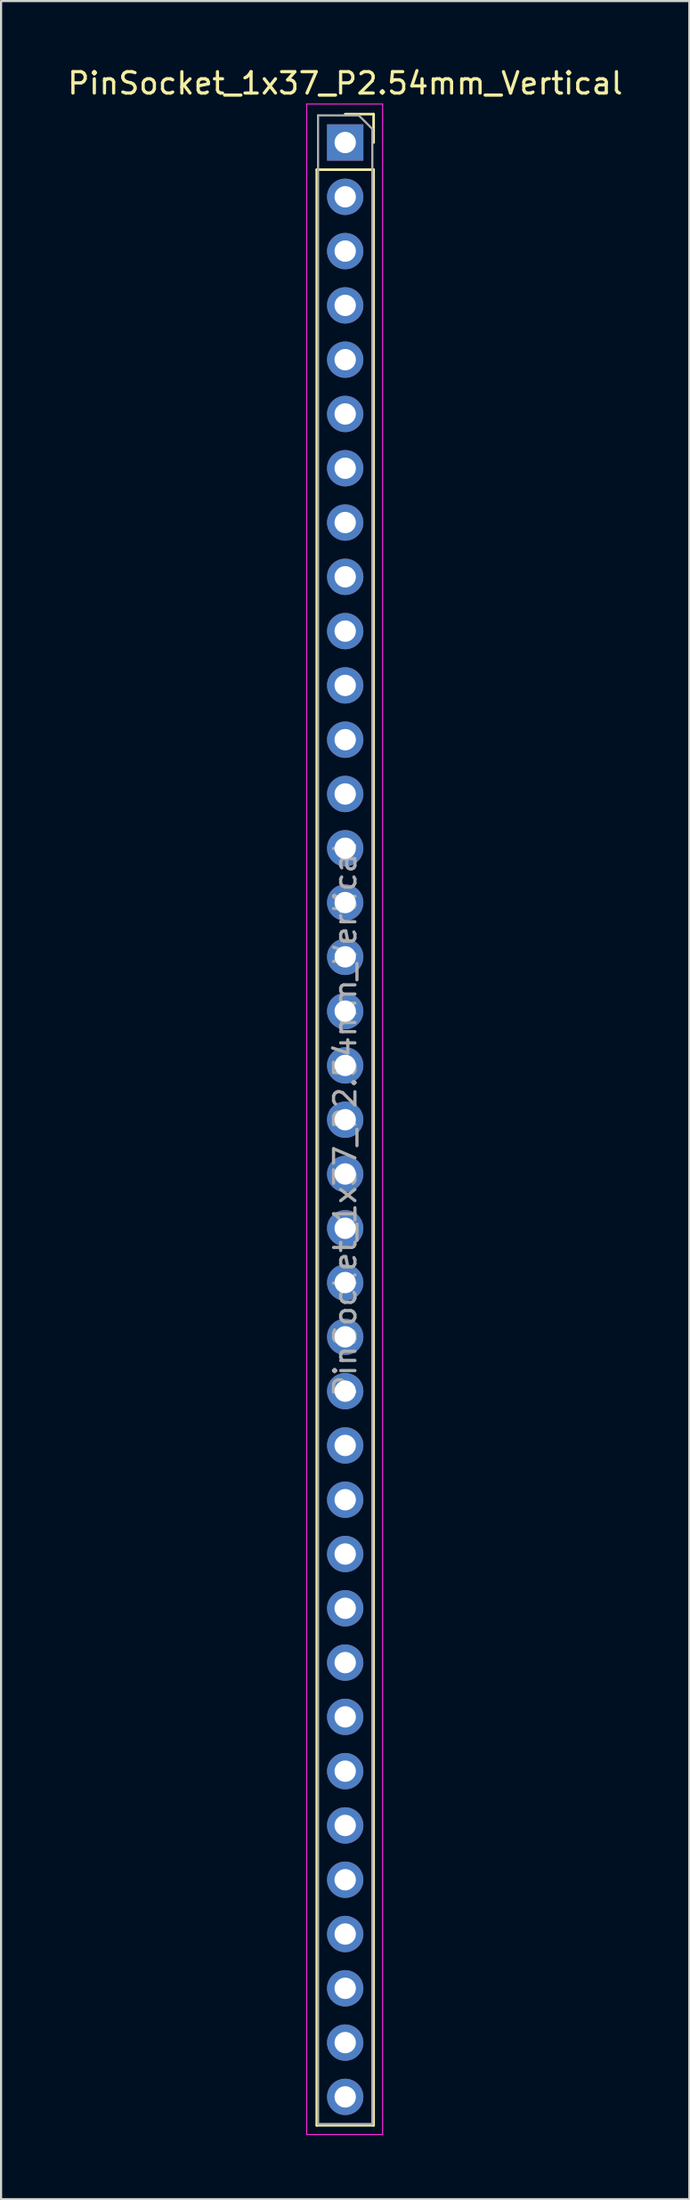
<source format=kicad_pcb>
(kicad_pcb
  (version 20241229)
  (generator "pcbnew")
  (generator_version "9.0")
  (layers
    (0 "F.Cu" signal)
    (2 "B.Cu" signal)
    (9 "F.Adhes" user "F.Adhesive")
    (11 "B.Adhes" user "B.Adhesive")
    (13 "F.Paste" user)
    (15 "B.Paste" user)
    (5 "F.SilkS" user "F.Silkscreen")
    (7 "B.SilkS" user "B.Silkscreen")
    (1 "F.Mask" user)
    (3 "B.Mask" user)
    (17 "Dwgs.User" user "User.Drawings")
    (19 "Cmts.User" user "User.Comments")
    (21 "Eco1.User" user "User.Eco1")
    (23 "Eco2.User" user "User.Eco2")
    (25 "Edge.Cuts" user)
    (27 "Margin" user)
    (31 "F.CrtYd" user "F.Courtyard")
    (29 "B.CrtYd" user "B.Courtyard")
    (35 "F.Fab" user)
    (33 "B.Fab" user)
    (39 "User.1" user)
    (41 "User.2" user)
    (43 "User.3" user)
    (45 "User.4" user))
  (footprint "PinSocket_1x37_P2.54mm_Vertical"
    (layer "F.Cu")
    (at 13.101 3.618)
    (property "Reference" "PinSocket_1x37_P2.54mm_Vertical" (at 0 -2.77 0) (layer "F.SilkS") (effects (font (size 1 1) (thickness 0.15))))
    (attr through_hole)
    (fp_line (start -1.33 1.27) (end -1.33 92.77) (stroke (width 0.12) (type solid)) (layer "F.SilkS"))
    (fp_line (start -1.33 1.27) (end 1.33 1.27) (stroke (width 0.12) (type solid)) (layer "F.SilkS"))
    (fp_line (start -1.33 92.77) (end 1.33 92.77) (stroke (width 0.12) (type solid)) (layer "F.SilkS"))
    (fp_line (start 0 -1.33) (end 1.33 -1.33) (stroke (width 0.12) (type solid)) (layer "F.SilkS"))
    (fp_line (start 1.33 -1.33) (end 1.33 0) (stroke (width 0.12) (type solid)) (layer "F.SilkS"))
    (fp_line (start 1.33 1.27) (end 1.33 92.77) (stroke (width 0.12) (type solid)) (layer "F.SilkS"))
    (fp_line (start -1.8 -1.8) (end 1.75 -1.8) (stroke (width 0.05) (type solid)) (layer "F.CrtYd"))
    (fp_line (start -1.8 93.2) (end -1.8 -1.8) (stroke (width 0.05) (type solid)) (layer "F.CrtYd"))
    (fp_line (start 1.75 -1.8) (end 1.75 93.2) (stroke (width 0.05) (type solid)) (layer "F.CrtYd"))
    (fp_line (start 1.75 93.2) (end -1.8 93.2) (stroke (width 0.05) (type solid)) (layer "F.CrtYd"))
    (fp_line (start -1.27 -1.27) (end 0.635 -1.27) (stroke (width 0.1) (type solid)) (layer "F.Fab"))
    (fp_line (start -1.27 92.71) (end -1.27 -1.27) (stroke (width 0.1) (type solid)) (layer "F.Fab"))
    (fp_line (start 0.635 -1.27) (end 1.27 -0.635) (stroke (width 0.1) (type solid)) (layer "F.Fab"))
    (fp_line (start 1.27 -0.635) (end 1.27 92.71) (stroke (width 0.1) (type solid)) (layer "F.Fab"))
    (fp_line (start 1.27 92.71) (end -1.27 92.71) (stroke (width 0.1) (type solid)) (layer "F.Fab"))
    (fp_text user "${REFERENCE}" (at 0 45.72 90) (layer "F.Fab") (effects (font (size 1 1) (thickness 0.15))))
    (pad "1" thru_hole rect (at 0 0) (size 1.7 1.7) (drill 1) (layers "*.Cu" "*.Mask"))
    (pad "2" thru_hole circle (at 0 2.54) (size 1.7 1.7) (drill 1) (layers "*.Cu" "*.Mask"))
    (pad "3" thru_hole circle (at 0 5.08) (size 1.7 1.7) (drill 1) (layers "*.Cu" "*.Mask"))
    (pad "4" thru_hole circle (at 0 7.62) (size 1.7 1.7) (drill 1) (layers "*.Cu" "*.Mask"))
    (pad "5" thru_hole circle (at 0 10.16) (size 1.7 1.7) (drill 1) (layers "*.Cu" "*.Mask"))
    (pad "6" thru_hole circle (at 0 12.7) (size 1.7 1.7) (drill 1) (layers "*.Cu" "*.Mask"))
    (pad "7" thru_hole circle (at 0 15.24) (size 1.7 1.7) (drill 1) (layers "*.Cu" "*.Mask"))
    (pad "8" thru_hole circle (at 0 17.78) (size 1.7 1.7) (drill 1) (layers "*.Cu" "*.Mask"))
    (pad "9" thru_hole circle (at 0 20.32) (size 1.7 1.7) (drill 1) (layers "*.Cu" "*.Mask"))
    (pad "10" thru_hole circle (at 0 22.86) (size 1.7 1.7) (drill 1) (layers "*.Cu" "*.Mask"))
    (pad "11" thru_hole circle (at 0 25.4) (size 1.7 1.7) (drill 1) (layers "*.Cu" "*.Mask"))
    (pad "12" thru_hole circle (at 0 27.94) (size 1.7 1.7) (drill 1) (layers "*.Cu" "*.Mask"))
    (pad "13" thru_hole circle (at 0 30.48) (size 1.7 1.7) (drill 1) (layers "*.Cu" "*.Mask"))
    (pad "14" thru_hole circle (at 0 33.02) (size 1.7 1.7) (drill 1) (layers "*.Cu" "*.Mask"))
    (pad "15" thru_hole circle (at 0 35.56) (size 1.7 1.7) (drill 1) (layers "*.Cu" "*.Mask"))
    (pad "16" thru_hole circle (at 0 38.1) (size 1.7 1.7) (drill 1) (layers "*.Cu" "*.Mask"))
    (pad "17" thru_hole circle (at 0 40.64) (size 1.7 1.7) (drill 1) (layers "*.Cu" "*.Mask"))
    (pad "18" thru_hole circle (at 0 43.18) (size 1.7 1.7) (drill 1) (layers "*.Cu" "*.Mask"))
    (pad "19" thru_hole circle (at 0 45.72) (size 1.7 1.7) (drill 1) (layers "*.Cu" "*.Mask"))
    (pad "20" thru_hole circle (at 0 48.26) (size 1.7 1.7) (drill 1) (layers "*.Cu" "*.Mask"))
    (pad "21" thru_hole circle (at 0 50.8) (size 1.7 1.7) (drill 1) (layers "*.Cu" "*.Mask"))
    (pad "22" thru_hole circle (at 0 53.34) (size 1.7 1.7) (drill 1) (layers "*.Cu" "*.Mask"))
    (pad "23" thru_hole circle (at 0 55.88) (size 1.7 1.7) (drill 1) (layers "*.Cu" "*.Mask"))
    (pad "24" thru_hole circle (at 0 58.42) (size 1.7 1.7) (drill 1) (layers "*.Cu" "*.Mask"))
    (pad "25" thru_hole circle (at 0 60.96) (size 1.7 1.7) (drill 1) (layers "*.Cu" "*.Mask"))
    (pad "26" thru_hole circle (at 0 63.5) (size 1.7 1.7) (drill 1) (layers "*.Cu" "*.Mask"))
    (pad "27" thru_hole circle (at 0 66.04) (size 1.7 1.7) (drill 1) (layers "*.Cu" "*.Mask"))
    (pad "28" thru_hole circle (at 0 68.58) (size 1.7 1.7) (drill 1) (layers "*.Cu" "*.Mask"))
    (pad "29" thru_hole circle (at 0 71.12) (size 1.7 1.7) (drill 1) (layers "*.Cu" "*.Mask"))
    (pad "30" thru_hole circle (at 0 73.66) (size 1.7 1.7) (drill 1) (layers "*.Cu" "*.Mask"))
    (pad "31" thru_hole circle (at 0 76.2) (size 1.7 1.7) (drill 1) (layers "*.Cu" "*.Mask"))
    (pad "32" thru_hole circle (at 0 78.74) (size 1.7 1.7) (drill 1) (layers "*.Cu" "*.Mask"))
    (pad "33" thru_hole circle (at 0 81.28) (size 1.7 1.7) (drill 1) (layers "*.Cu" "*.Mask"))
    (pad "34" thru_hole circle (at 0 83.82) (size 1.7 1.7) (drill 1) (layers "*.Cu" "*.Mask"))
    (pad "35" thru_hole circle (at 0 86.36) (size 1.7 1.7) (drill 1) (layers "*.Cu" "*.Mask"))
    (pad "36" thru_hole circle (at 0 88.9) (size 1.7 1.7) (drill 1) (layers "*.Cu" "*.Mask"))
    (pad "37" thru_hole circle (at 0 91.44) (size 1.7 1.7) (drill 1) (layers "*.Cu" "*.Mask")))
  (gr_rect
    (start -3 -3)
    (end 29.202 99.843)
    (stroke (width 0.1) (type default))
    (fill no)
    (layer "Edge.Cuts")))
</source>
